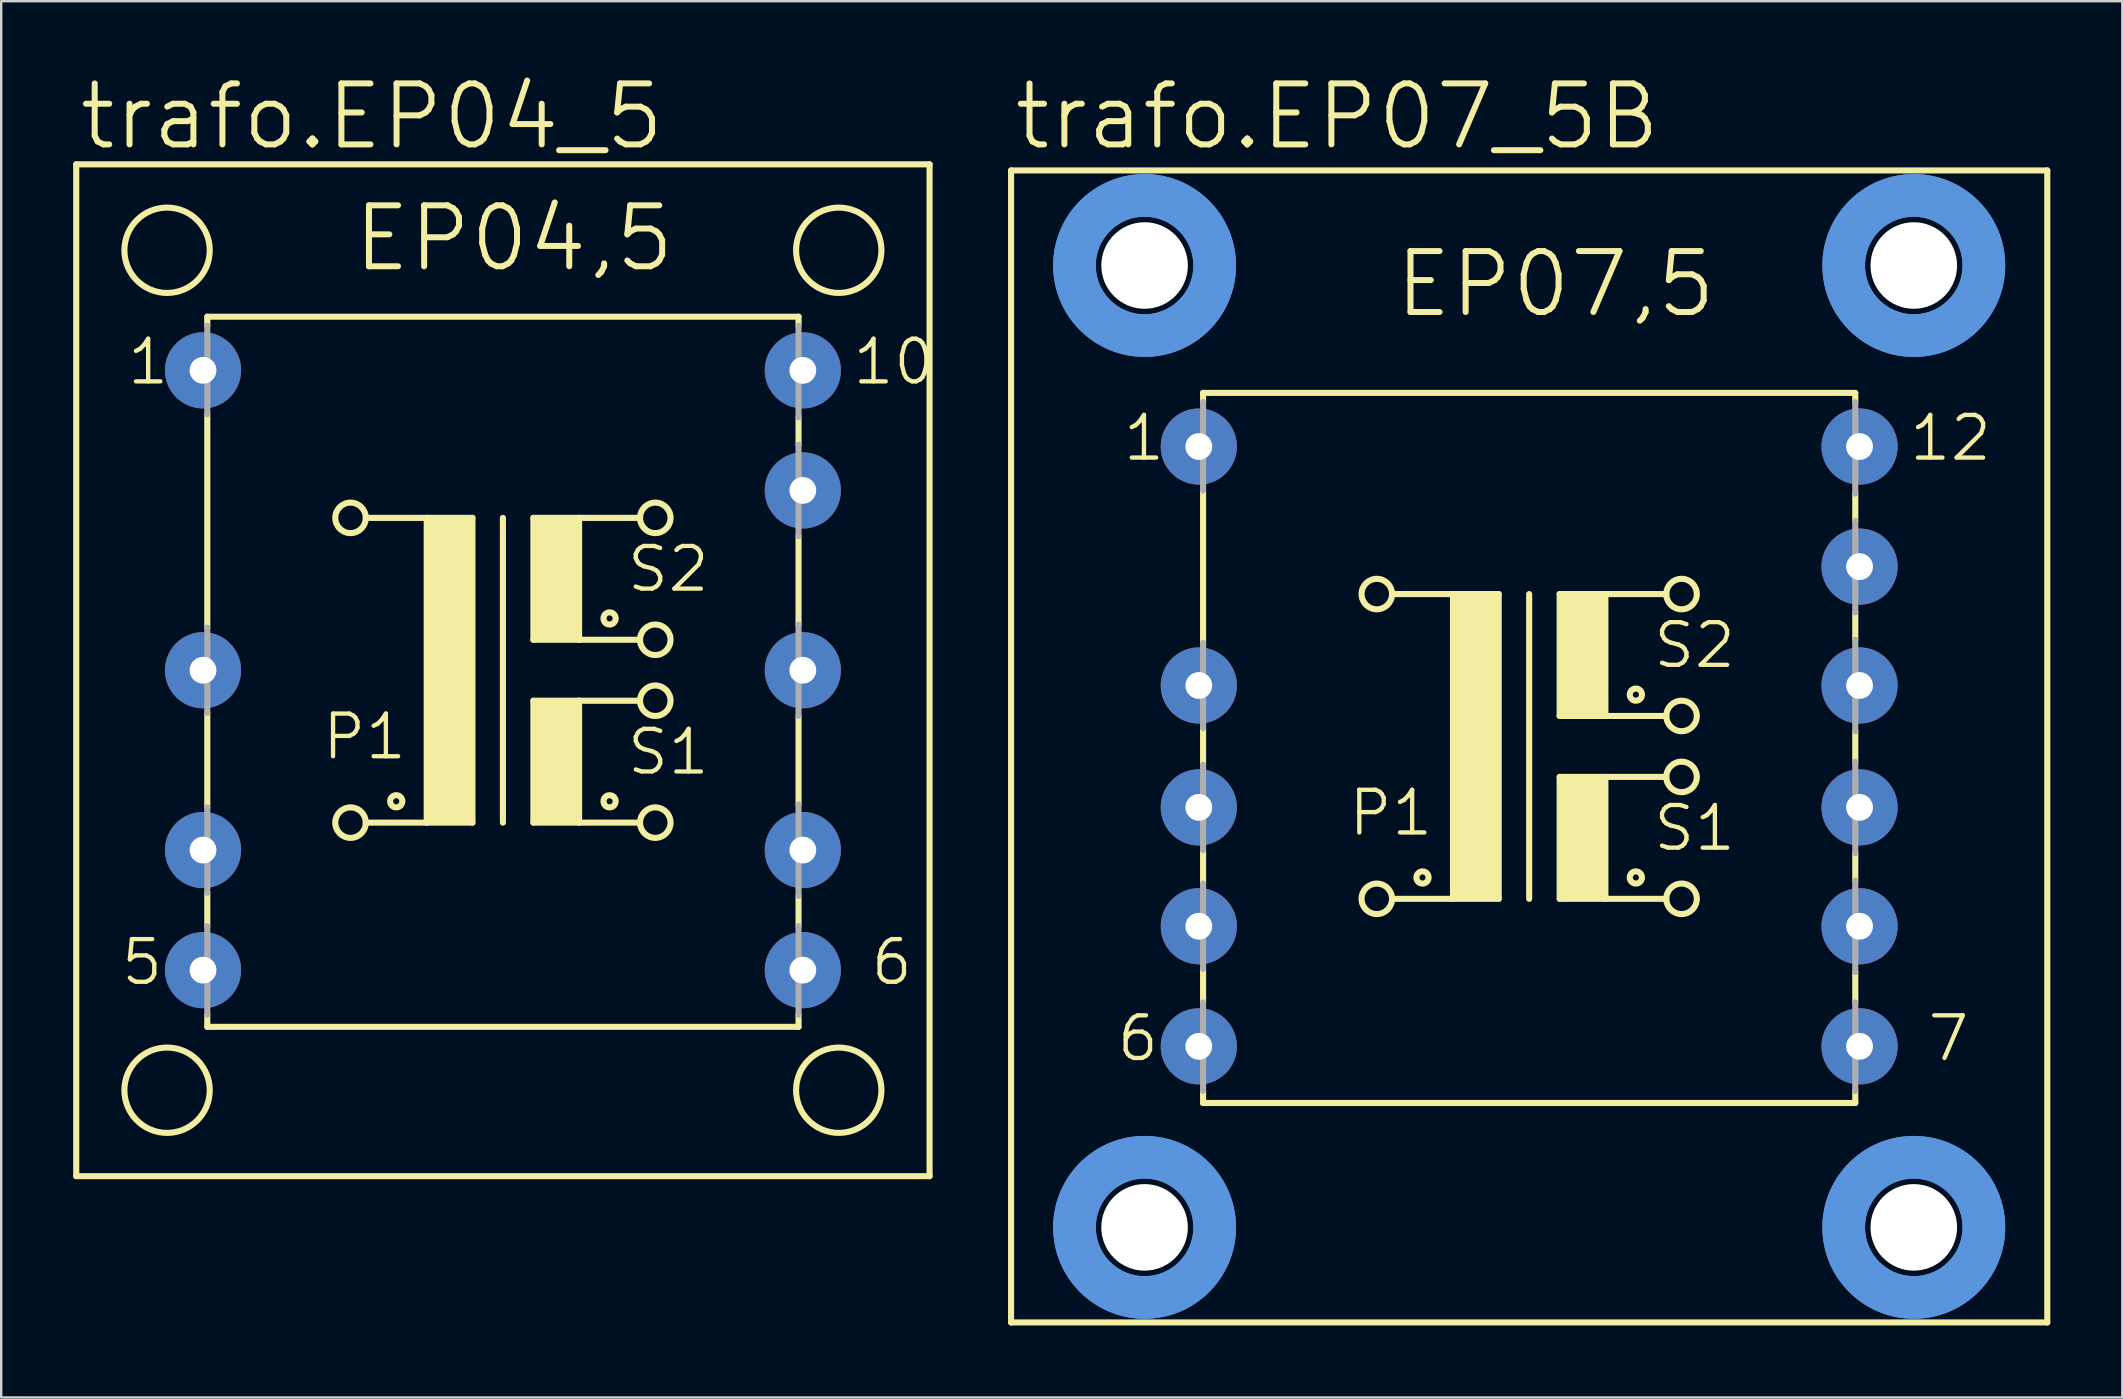
<source format=kicad_pcb>
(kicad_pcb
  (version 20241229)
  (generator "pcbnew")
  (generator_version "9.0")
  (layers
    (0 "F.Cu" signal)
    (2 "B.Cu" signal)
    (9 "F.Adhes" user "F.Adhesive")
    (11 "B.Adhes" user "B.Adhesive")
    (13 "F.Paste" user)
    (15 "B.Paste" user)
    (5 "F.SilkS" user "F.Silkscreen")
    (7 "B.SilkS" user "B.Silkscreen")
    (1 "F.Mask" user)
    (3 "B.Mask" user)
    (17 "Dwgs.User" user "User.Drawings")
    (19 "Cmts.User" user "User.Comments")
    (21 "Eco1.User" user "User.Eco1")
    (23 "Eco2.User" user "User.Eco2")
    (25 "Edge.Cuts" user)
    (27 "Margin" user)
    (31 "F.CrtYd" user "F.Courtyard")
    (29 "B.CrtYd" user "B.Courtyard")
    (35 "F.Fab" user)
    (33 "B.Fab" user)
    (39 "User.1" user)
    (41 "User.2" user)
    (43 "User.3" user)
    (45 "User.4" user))
  (footprint "trafo.EP07_5B"
    (layer "F.Cu")
    (at 60.673 28.055)
    (property "Reference" "trafo.EP07_5B" (at -21.59 -24.765 0) (layer "F.SilkS") (effects (font (size 2.54 2.54) (thickness 0.25)) (justify left bottom)))
    (attr through_hole)
    (fp_line (start -21.59 24.003) (end -21.59 -24.003) (stroke (width 0.254) (type default)) (layer "F.SilkS"))
    (fp_line (start -21.59 24.003) (end 21.59 24.003) (stroke (width 0.254) (type default)) (layer "F.SilkS"))
    (fp_line (start -13.589 -14.732) (end -13.589 -14.351) (stroke (width 0.254) (type default)) (layer "F.SilkS"))
    (fp_line (start -13.589 -14.732) (end 13.589 -14.732) (stroke (width 0.254) (type default)) (layer "F.SilkS"))
    (fp_line (start -13.589 -10.668) (end -13.589 -4.318) (stroke (width 0.254) (type default)) (layer "F.SilkS"))
    (fp_line (start -13.589 -0.762) (end -13.589 0.762) (stroke (width 0.254) (type default)) (layer "F.SilkS"))
    (fp_line (start -13.589 4.318) (end -13.589 5.715) (stroke (width 0.254) (type default)) (layer "F.SilkS"))
    (fp_line (start -13.589 9.271) (end -13.589 10.668) (stroke (width 0.254) (type default)) (layer "F.SilkS"))
    (fp_line (start -13.589 14.351) (end -13.589 14.859) (stroke (width 0.254) (type default)) (layer "F.SilkS"))
    (fp_line (start -5.715 -6.35) (end -3.175 -6.35) (stroke (width 0.254) (type default)) (layer "F.SilkS"))
    (fp_line (start -3.175 -6.35) (end -3.175 6.35) (stroke (width 0.254) (type default)) (layer "F.SilkS"))
    (fp_line (start -3.175 -6.35) (end -1.27 -6.35) (stroke (width 0.254) (type default)) (layer "F.SilkS"))
    (fp_line (start -3.175 6.35) (end -5.715 6.35) (stroke (width 0.254) (type default)) (layer "F.SilkS"))
    (fp_line (start -1.27 -6.35) (end -1.27 6.35) (stroke (width 0.254) (type default)) (layer "F.SilkS"))
    (fp_line (start -1.27 6.35) (end -3.175 6.35) (stroke (width 0.254) (type default)) (layer "F.SilkS"))
    (fp_line (start 0 -6.35) (end 0 6.35) (stroke (width 0.254) (type default)) (layer "F.SilkS"))
    (fp_line (start 1.27 -6.35) (end 1.27 -1.27) (stroke (width 0.254) (type default)) (layer "F.SilkS"))
    (fp_line (start 1.27 -6.35) (end 3.175 -6.35) (stroke (width 0.254) (type default)) (layer "F.SilkS"))
    (fp_line (start 1.27 -1.27) (end 3.175 -1.27) (stroke (width 0.254) (type default)) (layer "F.SilkS"))
    (fp_line (start 1.27 1.27) (end 1.27 6.35) (stroke (width 0.254) (type default)) (layer "F.SilkS"))
    (fp_line (start 1.27 1.27) (end 3.175 1.27) (stroke (width 0.254) (type default)) (layer "F.SilkS"))
    (fp_line (start 1.27 6.35) (end 3.175 6.35) (stroke (width 0.254) (type default)) (layer "F.SilkS"))
    (fp_line (start 3.175 -6.35) (end 5.715 -6.35) (stroke (width 0.254) (type default)) (layer "F.SilkS"))
    (fp_line (start 3.175 -1.27) (end 3.175 -6.35) (stroke (width 0.254) (type default)) (layer "F.SilkS"))
    (fp_line (start 3.175 -1.27) (end 5.715 -1.27) (stroke (width 0.254) (type default)) (layer "F.SilkS"))
    (fp_line (start 3.175 1.27) (end 5.715 1.27) (stroke (width 0.254) (type default)) (layer "F.SilkS"))
    (fp_line (start 3.175 6.35) (end 3.175 1.27) (stroke (width 0.254) (type default)) (layer "F.SilkS"))
    (fp_line (start 3.175 6.35) (end 5.715 6.35) (stroke (width 0.254) (type default)) (layer "F.SilkS"))
    (fp_line (start 13.589 -14.351) (end 13.589 -14.732) (stroke (width 0.254) (type default)) (layer "F.SilkS"))
    (fp_line (start 13.589 -9.398) (end 13.589 -10.541) (stroke (width 0.254) (type default)) (layer "F.SilkS"))
    (fp_line (start 13.589 -4.445) (end 13.589 -5.588) (stroke (width 0.254) (type default)) (layer "F.SilkS"))
    (fp_line (start 13.589 0.635) (end 13.589 -0.635) (stroke (width 0.254) (type default)) (layer "F.SilkS"))
    (fp_line (start 13.589 5.588) (end 13.589 4.445) (stroke (width 0.254) (type default)) (layer "F.SilkS"))
    (fp_line (start 13.589 10.668) (end 13.589 9.398) (stroke (width 0.254) (type default)) (layer "F.SilkS"))
    (fp_line (start 13.589 14.859) (end -13.589 14.859) (stroke (width 0.254) (type default)) (layer "F.SilkS"))
    (fp_line (start 13.589 14.859) (end 13.589 14.351) (stroke (width 0.254) (type default)) (layer "F.SilkS"))
    (fp_line (start 21.59 -24.003) (end -21.59 -24.003) (stroke (width 0.254) (type default)) (layer "F.SilkS"))
    (fp_line (start 21.59 -24.003) (end 21.59 24.003) (stroke (width 0.254) (type default)) (layer "F.SilkS"))
    (fp_rect (start -3.175 6.35) (end -1.27 -6.35) (stroke (width 0.05) (type default)) (fill yes) (layer "F.SilkS"))
    (fp_rect (start 1.27 -1.27) (end 3.175 -6.35) (stroke (width 0.05) (type default)) (fill yes) (layer "F.SilkS"))
    (fp_rect (start 1.27 6.35) (end 3.175 1.27) (stroke (width 0.05) (type default)) (fill yes) (layer "F.SilkS"))
    (fp_circle (center -6.35 -6.35) (end -5.715 -6.35) (stroke (width 0.254) (type default)) (fill no) (layer "F.SilkS"))
    (fp_circle (center -6.35 6.35) (end -5.715 6.35) (stroke (width 0.254) (type default)) (fill no) (layer "F.SilkS"))
    (fp_circle (center -4.445 5.461) (end -4.191 5.461) (stroke (width 0.254) (type default)) (fill no) (layer "F.SilkS"))
    (fp_circle (center 4.445 -2.159) (end 4.699 -2.159) (stroke (width 0.254) (type default)) (fill no) (layer "F.SilkS"))
    (fp_circle (center 4.445 5.461) (end 4.699 5.461) (stroke (width 0.254) (type default)) (fill no) (layer "F.SilkS"))
    (fp_circle (center 6.35 -6.35) (end 6.985 -6.35) (stroke (width 0.254) (type default)) (fill no) (layer "F.SilkS"))
    (fp_circle (center 6.35 -1.27) (end 6.985 -1.27) (stroke (width 0.254) (type default)) (fill no) (layer "F.SilkS"))
    (fp_circle (center 6.35 1.27) (end 6.985 1.27) (stroke (width 0.254) (type default)) (fill no) (layer "F.SilkS"))
    (fp_circle (center 6.35 6.35) (end 6.985 6.35) (stroke (width 0.254) (type default)) (fill no) (layer "F.SilkS"))
    (fp_circle (center -16.027 -20.041) (end -13.106 -20.041) (stroke (width 1.778) (type default)) (fill no) (layer "Cmts.User"))
    (fp_circle (center -16.027 -20.041) (end -13.106 -20.041) (stroke (width 1.778) (type default)) (fill no) (layer "Cmts.User"))
    (fp_circle (center -16.027 20.041) (end -13.106 20.041) (stroke (width 1.778) (type default)) (fill no) (layer "Cmts.User"))
    (fp_circle (center -16.027 20.041) (end -13.106 20.041) (stroke (width 1.778) (type default)) (fill no) (layer "Cmts.User"))
    (fp_circle (center 16.027 -20.041) (end 18.948 -20.041) (stroke (width 1.778) (type default)) (fill no) (layer "Cmts.User"))
    (fp_circle (center 16.027 -20.041) (end 18.948 -20.041) (stroke (width 1.778) (type default)) (fill no) (layer "Cmts.User"))
    (fp_circle (center 16.027 20.041) (end 18.948 20.041) (stroke (width 1.778) (type default)) (fill no) (layer "Cmts.User"))
    (fp_circle (center 16.027 20.041) (end 18.948 20.041) (stroke (width 1.778) (type default)) (fill no) (layer "Cmts.User"))
    (fp_line (start -13.589 -10.668) (end -13.589 -14.351) (stroke (width 0.254) (type default)) (layer "F.Fab"))
    (fp_line (start -13.589 -0.762) (end -13.589 -4.318) (stroke (width 0.254) (type default)) (layer "F.Fab"))
    (fp_line (start -13.589 4.318) (end -13.589 0.762) (stroke (width 0.254) (type default)) (layer "F.Fab"))
    (fp_line (start -13.589 9.271) (end -13.589 5.715) (stroke (width 0.254) (type default)) (layer "F.Fab"))
    (fp_line (start -13.589 14.351) (end -13.589 10.668) (stroke (width 0.254) (type default)) (layer "F.Fab"))
    (fp_line (start 13.589 -14.351) (end 13.589 -10.541) (stroke (width 0.254) (type default)) (layer "F.Fab"))
    (fp_line (start 13.589 -9.398) (end 13.589 -5.588) (stroke (width 0.254) (type default)) (layer "F.Fab"))
    (fp_line (start 13.589 -4.445) (end 13.589 -0.635) (stroke (width 0.254) (type default)) (layer "F.Fab"))
    (fp_line (start 13.589 0.635) (end 13.589 4.445) (stroke (width 0.254) (type default)) (layer "F.Fab"))
    (fp_line (start 13.589 5.588) (end 13.589 9.398) (stroke (width 0.254) (type default)) (layer "F.Fab"))
    (fp_line (start 13.589 10.668) (end 13.589 14.351) (stroke (width 0.254) (type default)) (layer "F.Fab"))
    (fp_text user "6" (at -17.272 13.208 0) (layer "F.SilkS") (effects (font (size 1.778 1.778) (thickness 0.18)) (justify left bottom)))
    (fp_text user "S1" (at 5.08 4.445 0) (layer "F.SilkS") (effects (font (size 1.778 1.778) (thickness 0.18)) (justify left bottom)))
    (fp_text user "S2" (at 5.08 -3.175 0) (layer "F.SilkS") (effects (font (size 1.778 1.778) (thickness 0.18)) (justify left bottom)))
    (fp_text user "P1" (at -7.62 3.81 0) (layer "F.SilkS") (effects (font (size 1.778 1.778) (thickness 0.18)) (justify left bottom)))
    (fp_text user "1" (at -17.018 -11.811 0) (layer "F.SilkS") (effects (font (size 1.778 1.778) (thickness 0.18)) (justify left bottom)))
    (fp_text user "7" (at 16.51 13.208 0) (layer "F.SilkS") (effects (font (size 1.778 1.778) (thickness 0.18)) (justify left bottom)))
    (fp_text user "EP07,5" (at -5.715 -17.78 0) (layer "F.SilkS") (effects (font (size 2.54 2.54) (thickness 0.25)) (justify left bottom)))
    (fp_text user "12" (at 15.748 -11.811 0) (layer "F.SilkS") (effects (font (size 1.778 1.778) (thickness 0.18)) (justify left bottom)))
    (pad "" np_thru_hole circle (at -16.027 -20.041) (size 3.607 3.607) (drill 3.607) (layers "*.Cu" "*.Mask"))
    (pad "" np_thru_hole circle (at -16.027 20.041) (size 3.607 3.607) (drill 3.607) (layers "*.Cu" "*.Mask"))
    (pad "" np_thru_hole circle (at 16.027 -20.041) (size 3.607 3.607) (drill 3.607) (layers "*.Cu" "*.Mask"))
    (pad "" np_thru_hole circle (at 16.027 20.041) (size 3.607 3.607) (drill 3.607) (layers "*.Cu" "*.Mask"))
    (pad "1" thru_hole circle (at -13.767 -12.497) (size 3.175 3.175) (drill 1.118) (layers "*.Cu" "*.Mask"))
    (pad "3" thru_hole circle (at -13.767 -2.54) (size 3.175 3.175) (drill 1.118) (layers "*.Cu" "*.Mask"))
    (pad "4" thru_hole circle (at -13.767 2.54) (size 3.175 3.175) (drill 1.118) (layers "*.Cu" "*.Mask"))
    (pad "5" thru_hole circle (at -13.767 7.493) (size 3.175 3.175) (drill 1.118) (layers "*.Cu" "*.Mask"))
    (pad "6" thru_hole circle (at -13.767 12.497) (size 3.175 3.175) (drill 1.118) (layers "*.Cu" "*.Mask"))
    (pad "7" thru_hole circle (at 13.767 12.497) (size 3.175 3.175) (drill 1.118) (layers "*.Cu" "*.Mask"))
    (pad "8" thru_hole circle (at 13.767 7.493) (size 3.175 3.175) (drill 1.118) (layers "*.Cu" "*.Mask"))
    (pad "9" thru_hole circle (at 13.767 2.54) (size 3.175 3.175) (drill 1.118) (layers "*.Cu" "*.Mask"))
    (pad "10" thru_hole circle (at 13.767 -2.54) (size 3.175 3.175) (drill 1.118) (layers "*.Cu" "*.Mask"))
    (pad "11" thru_hole circle (at 13.767 -7.493) (size 3.175 3.175) (drill 1.118) (layers "*.Cu" "*.Mask"))
    (pad "12" thru_hole circle (at 13.767 -12.497) (size 3.175 3.175) (drill 1.118) (layers "*.Cu" "*.Mask")))
  (footprint "trafo.EP04_5"
    (layer "F.Cu")
    (at 17.907 24.88)
    (property "Reference" "trafo.EP04_5" (at -17.78 -21.59 0) (layer "F.SilkS") (effects (font (size 2.54 2.54) (thickness 0.25)) (justify left bottom)))
    (attr through_hole)
    (fp_line (start -17.78 21.082) (end -17.78 -21.082) (stroke (width 0.254) (type default)) (layer "F.SilkS"))
    (fp_line (start -17.78 21.082) (end 17.78 21.082) (stroke (width 0.254) (type default)) (layer "F.SilkS"))
    (fp_line (start -12.319 -14.732) (end -12.319 -14.351) (stroke (width 0.254) (type default)) (layer "F.SilkS"))
    (fp_line (start -12.319 -14.732) (end 12.319 -14.732) (stroke (width 0.254) (type default)) (layer "F.SilkS"))
    (fp_line (start -12.319 -10.668) (end -12.319 -1.778) (stroke (width 0.254) (type default)) (layer "F.SilkS"))
    (fp_line (start -12.319 1.778) (end -12.319 5.715) (stroke (width 0.254) (type default)) (layer "F.SilkS"))
    (fp_line (start -12.319 9.271) (end -12.319 10.668) (stroke (width 0.254) (type default)) (layer "F.SilkS"))
    (fp_line (start -12.319 14.351) (end -12.319 14.859) (stroke (width 0.254) (type default)) (layer "F.SilkS"))
    (fp_line (start -5.715 -6.35) (end -3.175 -6.35) (stroke (width 0.254) (type default)) (layer "F.SilkS"))
    (fp_line (start -3.175 -6.35) (end -3.175 6.35) (stroke (width 0.254) (type default)) (layer "F.SilkS"))
    (fp_line (start -3.175 -6.35) (end -1.27 -6.35) (stroke (width 0.254) (type default)) (layer "F.SilkS"))
    (fp_line (start -3.175 6.35) (end -5.715 6.35) (stroke (width 0.254) (type default)) (layer "F.SilkS"))
    (fp_line (start -1.27 -6.35) (end -1.27 6.35) (stroke (width 0.254) (type default)) (layer "F.SilkS"))
    (fp_line (start -1.27 6.35) (end -3.175 6.35) (stroke (width 0.254) (type default)) (layer "F.SilkS"))
    (fp_line (start 0 -6.35) (end 0 6.35) (stroke (width 0.254) (type default)) (layer "F.SilkS"))
    (fp_line (start 1.27 -6.35) (end 1.27 -1.27) (stroke (width 0.254) (type default)) (layer "F.SilkS"))
    (fp_line (start 1.27 -6.35) (end 3.175 -6.35) (stroke (width 0.254) (type default)) (layer "F.SilkS"))
    (fp_line (start 1.27 -1.27) (end 3.175 -1.27) (stroke (width 0.254) (type default)) (layer "F.SilkS"))
    (fp_line (start 1.27 1.27) (end 1.27 6.35) (stroke (width 0.254) (type default)) (layer "F.SilkS"))
    (fp_line (start 1.27 1.27) (end 3.175 1.27) (stroke (width 0.254) (type default)) (layer "F.SilkS"))
    (fp_line (start 1.27 6.35) (end 3.175 6.35) (stroke (width 0.254) (type default)) (layer "F.SilkS"))
    (fp_line (start 3.175 -6.35) (end 5.715 -6.35) (stroke (width 0.254) (type default)) (layer "F.SilkS"))
    (fp_line (start 3.175 -1.27) (end 3.175 -6.35) (stroke (width 0.254) (type default)) (layer "F.SilkS"))
    (fp_line (start 3.175 -1.27) (end 5.715 -1.27) (stroke (width 0.254) (type default)) (layer "F.SilkS"))
    (fp_line (start 3.175 1.27) (end 5.715 1.27) (stroke (width 0.254) (type default)) (layer "F.SilkS"))
    (fp_line (start 3.175 6.35) (end 3.175 1.27) (stroke (width 0.254) (type default)) (layer "F.SilkS"))
    (fp_line (start 3.175 6.35) (end 5.715 6.35) (stroke (width 0.254) (type default)) (layer "F.SilkS"))
    (fp_line (start 12.319 -14.351) (end 12.319 -14.732) (stroke (width 0.254) (type default)) (layer "F.SilkS"))
    (fp_line (start 12.319 -9.398) (end 12.319 -10.541) (stroke (width 0.254) (type default)) (layer "F.SilkS"))
    (fp_line (start 12.319 -1.905) (end 12.319 -5.588) (stroke (width 0.254) (type default)) (layer "F.SilkS"))
    (fp_line (start 12.319 5.588) (end 12.319 1.905) (stroke (width 0.254) (type default)) (layer "F.SilkS"))
    (fp_line (start 12.319 10.668) (end 12.319 9.398) (stroke (width 0.254) (type default)) (layer "F.SilkS"))
    (fp_line (start 12.319 14.859) (end -12.319 14.859) (stroke (width 0.254) (type default)) (layer "F.SilkS"))
    (fp_line (start 12.319 14.859) (end 12.319 14.351) (stroke (width 0.254) (type default)) (layer "F.SilkS"))
    (fp_line (start 17.78 -21.082) (end -17.78 -21.082) (stroke (width 0.254) (type default)) (layer "F.SilkS"))
    (fp_line (start 17.78 -21.082) (end 17.78 21.082) (stroke (width 0.254) (type default)) (layer "F.SilkS"))
    (fp_rect (start -3.175 6.35) (end -1.27 -6.35) (stroke (width 0.05) (type default)) (fill yes) (layer "F.SilkS"))
    (fp_rect (start 1.27 -1.27) (end 3.175 -6.35) (stroke (width 0.05) (type default)) (fill yes) (layer "F.SilkS"))
    (fp_rect (start 1.27 6.35) (end 3.175 1.27) (stroke (width 0.05) (type default)) (fill yes) (layer "F.SilkS"))
    (fp_circle (center -13.995 -17.501) (end -12.217 -17.501) (stroke (width 0.254) (type default)) (fill no) (layer "F.SilkS"))
    (fp_circle (center -13.995 17.501) (end -12.217 17.501) (stroke (width 0.254) (type default)) (fill no) (layer "F.SilkS"))
    (fp_circle (center -6.35 -6.35) (end -5.715 -6.35) (stroke (width 0.254) (type default)) (fill no) (layer "F.SilkS"))
    (fp_circle (center -6.35 6.35) (end -5.715 6.35) (stroke (width 0.254) (type default)) (fill no) (layer "F.SilkS"))
    (fp_circle (center -4.445 5.461) (end -4.191 5.461) (stroke (width 0.254) (type default)) (fill no) (layer "F.SilkS"))
    (fp_circle (center 4.445 -2.159) (end 4.699 -2.159) (stroke (width 0.254) (type default)) (fill no) (layer "F.SilkS"))
    (fp_circle (center 4.445 5.461) (end 4.699 5.461) (stroke (width 0.254) (type default)) (fill no) (layer "F.SilkS"))
    (fp_circle (center 6.35 -6.35) (end 6.985 -6.35) (stroke (width 0.254) (type default)) (fill no) (layer "F.SilkS"))
    (fp_circle (center 6.35 -1.27) (end 6.985 -1.27) (stroke (width 0.254) (type default)) (fill no) (layer "F.SilkS"))
    (fp_circle (center 6.35 1.27) (end 6.985 1.27) (stroke (width 0.254) (type default)) (fill no) (layer "F.SilkS"))
    (fp_circle (center 6.35 6.35) (end 6.985 6.35) (stroke (width 0.254) (type default)) (fill no) (layer "F.SilkS"))
    (fp_circle (center 13.995 -17.501) (end 15.773 -17.501) (stroke (width 0.254) (type default)) (fill no) (layer "F.SilkS"))
    (fp_circle (center 13.995 17.501) (end 15.773 17.501) (stroke (width 0.254) (type default)) (fill no) (layer "F.SilkS"))
    (fp_line (start -12.319 -10.668) (end -12.319 -14.351) (stroke (width 0.254) (type default)) (layer "F.Fab"))
    (fp_line (start -12.319 1.778) (end -12.319 -1.778) (stroke (width 0.254) (type default)) (layer "F.Fab"))
    (fp_line (start -12.319 9.271) (end -12.319 5.715) (stroke (width 0.254) (type default)) (layer "F.Fab"))
    (fp_line (start -12.319 14.351) (end -12.319 10.668) (stroke (width 0.254) (type default)) (layer "F.Fab"))
    (fp_line (start 12.319 -14.351) (end 12.319 -10.541) (stroke (width 0.254) (type default)) (layer "F.Fab"))
    (fp_line (start 12.319 -9.398) (end 12.319 -5.588) (stroke (width 0.254) (type default)) (layer "F.Fab"))
    (fp_line (start 12.319 -1.905) (end 12.319 1.905) (stroke (width 0.254) (type default)) (layer "F.Fab"))
    (fp_line (start 12.319 5.588) (end 12.319 9.398) (stroke (width 0.254) (type default)) (layer "F.Fab"))
    (fp_line (start 12.319 10.668) (end 12.319 14.351) (stroke (width 0.254) (type default)) (layer "F.Fab"))
    (fp_text user "6" (at 15.24 13.208 0) (layer "F.SilkS") (effects (font (size 1.778 1.778) (thickness 0.18)) (justify left bottom)))
    (fp_text user "5" (at -16.002 13.208 0) (layer "F.SilkS") (effects (font (size 1.778 1.778) (thickness 0.18)) (justify left bottom)))
    (fp_text user "S1" (at 5.08 4.445 0) (layer "F.SilkS") (effects (font (size 1.778 1.778) (thickness 0.18)) (justify left bottom)))
    (fp_text user "1" (at -15.748 -11.811 0) (layer "F.SilkS") (effects (font (size 1.778 1.778) (thickness 0.18)) (justify left bottom)))
    (fp_text user "EP04,5" (at -6.35 -16.51 0) (layer "F.SilkS") (effects (font (size 2.54 2.54) (thickness 0.25)) (justify left bottom)))
    (fp_text user "S2" (at 5.08 -3.175 0) (layer "F.SilkS") (effects (font (size 1.778 1.778) (thickness 0.18)) (justify left bottom)))
    (fp_text user "10" (at 14.478 -11.811 0) (layer "F.SilkS") (effects (font (size 1.778 1.778) (thickness 0.18)) (justify left bottom)))
    (fp_text user "P1" (at -7.62 3.81 0) (layer "F.SilkS") (effects (font (size 1.778 1.778) (thickness 0.18)) (justify left bottom)))
    (pad "1" thru_hole circle (at -12.497 -12.497) (size 3.175 3.175) (drill 1.118) (layers "*.Cu" "*.Mask"))
    (pad "3" thru_hole circle (at -12.497 0) (size 3.175 3.175) (drill 1.118) (layers "*.Cu" "*.Mask"))
    (pad "4" thru_hole circle (at -12.497 7.493) (size 3.175 3.175) (drill 1.118) (layers "*.Cu" "*.Mask"))
    (pad "5" thru_hole circle (at -12.497 12.497) (size 3.175 3.175) (drill 1.118) (layers "*.Cu" "*.Mask"))
    (pad "6" thru_hole circle (at 12.497 12.497) (size 3.175 3.175) (drill 1.118) (layers "*.Cu" "*.Mask"))
    (pad "7" thru_hole circle (at 12.497 7.493) (size 3.175 3.175) (drill 1.118) (layers "*.Cu" "*.Mask"))
    (pad "8" thru_hole circle (at 12.497 0) (size 3.175 3.175) (drill 1.118) (layers "*.Cu" "*.Mask"))
    (pad "9" thru_hole circle (at 12.497 -7.493) (size 3.175 3.175) (drill 1.118) (layers "*.Cu" "*.Mask"))
    (pad "10" thru_hole circle (at 12.497 -12.497) (size 3.175 3.175) (drill 1.118) (layers "*.Cu" "*.Mask")))
  (gr_rect
    (start -3 -3)
    (end 85.39 55.185)
    (stroke (width 0.1) (type default))
    (fill no)
    (layer "Edge.Cuts")))
</source>
